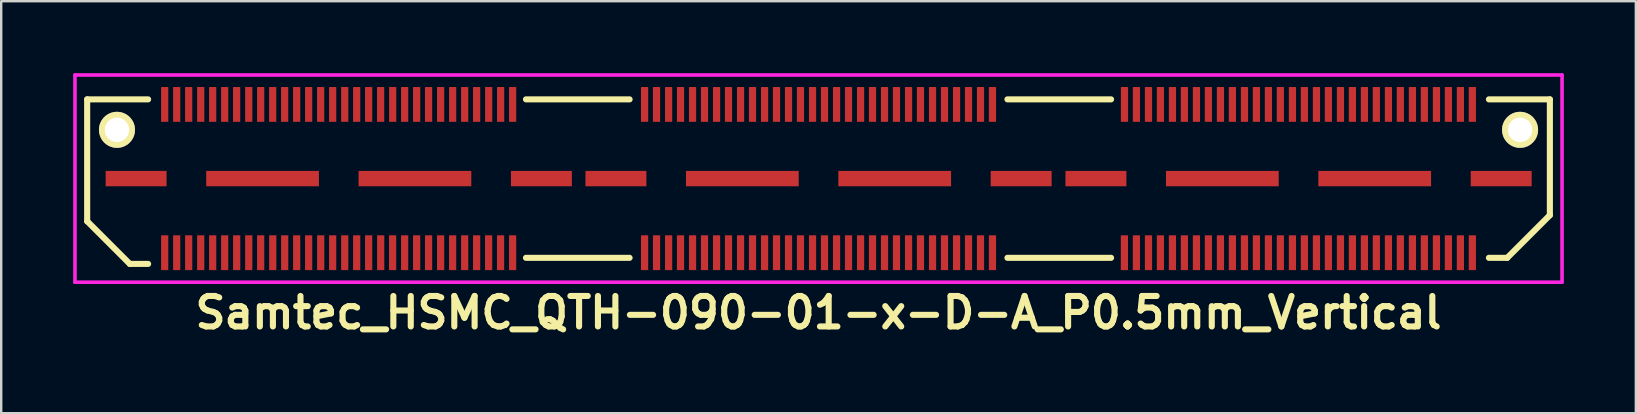
<source format=kicad_pcb>
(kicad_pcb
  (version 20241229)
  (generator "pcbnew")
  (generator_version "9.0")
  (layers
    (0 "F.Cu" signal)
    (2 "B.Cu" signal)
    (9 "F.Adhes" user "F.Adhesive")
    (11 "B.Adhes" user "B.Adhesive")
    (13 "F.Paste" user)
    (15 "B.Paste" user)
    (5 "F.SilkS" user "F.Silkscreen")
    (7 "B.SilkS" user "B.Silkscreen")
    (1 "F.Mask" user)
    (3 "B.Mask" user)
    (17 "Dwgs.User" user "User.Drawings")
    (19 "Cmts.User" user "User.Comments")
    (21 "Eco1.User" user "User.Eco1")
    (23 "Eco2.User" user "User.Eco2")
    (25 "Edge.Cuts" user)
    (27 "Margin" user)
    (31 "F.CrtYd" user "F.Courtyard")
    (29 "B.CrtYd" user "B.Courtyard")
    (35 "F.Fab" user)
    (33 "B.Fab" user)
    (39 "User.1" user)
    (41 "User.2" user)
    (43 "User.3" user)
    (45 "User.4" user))
  (footprint "Samtec_HSMC_QTH-090-01-x-D-A_P0.5mm_Vertical"
    (layer "F.Cu")
    (at 31.063 4.393)
    (property "Reference" "Samtec_HSMC_QTH-090-01-x-D-A_P0.5mm_Vertical" (at 0 5.588 0) (layer "F.SilkS") (effects (font (size 1.27 1.27) (thickness 0.254))))
    (attr smd)
    (fp_line (start -30.48 -3.302) (end -30.48 1.778) (stroke (width 0.254) (type solid)) (layer "F.SilkS"))
    (fp_line (start -30.48 1.778) (end -28.702 3.556) (stroke (width 0.254) (type solid)) (layer "F.SilkS"))
    (fp_line (start -28.702 3.556) (end -27.94 3.556) (stroke (width 0.254) (type solid)) (layer "F.SilkS"))
    (fp_line (start -27.94 -3.302) (end -30.48 -3.302) (stroke (width 0.254) (type solid)) (layer "F.SilkS"))
    (fp_line (start -12.192 3.302) (end -7.874 3.302) (stroke (width 0.254) (type solid)) (layer "F.SilkS"))
    (fp_line (start -7.874 -3.302) (end -12.192 -3.302) (stroke (width 0.254) (type solid)) (layer "F.SilkS"))
    (fp_line (start 7.874 3.302) (end 12.192 3.302) (stroke (width 0.254) (type solid)) (layer "F.SilkS"))
    (fp_line (start 12.192 -3.302) (end 7.874 -3.302) (stroke (width 0.254) (type solid)) (layer "F.SilkS"))
    (fp_line (start 27.94 -3.302) (end 30.48 -3.302) (stroke (width 0.254) (type solid)) (layer "F.SilkS"))
    (fp_line (start 27.94 3.302) (end 28.702 3.302) (stroke (width 0.254) (type solid)) (layer "F.SilkS"))
    (fp_line (start 28.702 3.302) (end 30.48 1.524) (stroke (width 0.254) (type solid)) (layer "F.SilkS"))
    (fp_line (start 30.48 -3.302) (end 30.48 1.524) (stroke (width 0.254) (type solid)) (layer "F.SilkS"))
    (fp_line (start -30.988 -4.318) (end -30.988 4.318) (stroke (width 0.15) (type solid)) (layer "F.CrtYd"))
    (fp_line (start -30.988 4.318) (end 30.988 4.318) (stroke (width 0.15) (type solid)) (layer "F.CrtYd"))
    (fp_line (start 30.988 -4.318) (end -30.988 -4.318) (stroke (width 0.15) (type solid)) (layer "F.CrtYd"))
    (fp_line (start 30.988 4.318) (end 30.988 -4.318) (stroke (width 0.15) (type solid)) (layer "F.CrtYd"))
    (pad "" np_thru_hole circle (at -29.238 -2.032) (size 1.501 1.501) (drill 1.016) (layers "*.Cu" "*.Mask" "F.SilkS"))
    (pad "" smd rect (at -26.249 -3.091) (size 0.3 1.45) (layers "F.Cu" "F.Mask" "F.Paste"))
    (pad "" smd rect (at -26.249 3.089) (size 0.3 1.45) (layers "F.Cu" "F.Mask" "F.Paste"))
    (pad "" smd rect (at -24.749 -3.091) (size 0.3 1.45) (layers "F.Cu" "F.Mask" "F.Paste"))
    (pad "" smd rect (at -24.749 3.089) (size 0.3 1.45) (layers "F.Cu" "F.Mask" "F.Paste"))
    (pad "" smd rect (at -23.249 -3.091) (size 0.3 1.45) (layers "F.Cu" "F.Mask" "F.Paste"))
    (pad "" smd rect (at -23.249 3.089) (size 0.3 1.45) (layers "F.Cu" "F.Mask" "F.Paste"))
    (pad "" smd rect (at -21.749 -3.091) (size 0.3 1.45) (layers "F.Cu" "F.Mask" "F.Paste"))
    (pad "" smd rect (at -21.749 3.089) (size 0.3 1.45) (layers "F.Cu" "F.Mask" "F.Paste"))
    (pad "" smd rect (at -20.249 -3.091) (size 0.3 1.45) (layers "F.Cu" "F.Mask" "F.Paste"))
    (pad "" smd rect (at -20.249 3.089) (size 0.3 1.45) (layers "F.Cu" "F.Mask" "F.Paste"))
    (pad "" smd rect (at -18.749 -3.091) (size 0.3 1.45) (layers "F.Cu" "F.Mask" "F.Paste"))
    (pad "" smd rect (at -18.749 3.089) (size 0.3 1.45) (layers "F.Cu" "F.Mask" "F.Paste"))
    (pad "" smd rect (at -17.249 -3.091) (size 0.3 1.45) (layers "F.Cu" "F.Mask" "F.Paste"))
    (pad "" smd rect (at -17.249 3.089) (size 0.3 1.45) (layers "F.Cu" "F.Mask" "F.Paste"))
    (pad "" smd rect (at -15.749 -3.091) (size 0.3 1.45) (layers "F.Cu" "F.Mask" "F.Paste"))
    (pad "" smd rect (at -15.749 3.089) (size 0.3 1.45) (layers "F.Cu" "F.Mask" "F.Paste"))
    (pad "" smd rect (at -14.249 -3.091) (size 0.3 1.45) (layers "F.Cu" "F.Mask" "F.Paste"))
    (pad "" smd rect (at -14.249 3.089) (size 0.3 1.45) (layers "F.Cu" "F.Mask" "F.Paste"))
    (pad "" smd rect (at -12.749 3.089) (size 0.3 1.45) (layers "F.Cu" "F.Mask" "F.Paste"))
    (pad "" smd rect (at -12.749 -3.091) (size 0.3 1.45) (layers "F.Cu" "F.Mask" "F.Paste"))
    (pad "" np_thru_hole circle (at 29.238 -2.032) (size 1.501 1.501) (drill 1.016) (layers "*.Cu" "*.Mask" "F.SilkS"))
    (pad "1" smd rect (at -27.249 -3.091) (size 0.3 1.45) (layers "F.Cu" "F.Mask" "F.Paste"))
    (pad "2" smd rect (at -27.249 3.089) (size 0.3 1.45) (layers "F.Cu" "F.Mask" "F.Paste"))
    (pad "3" smd rect (at -26.749 -3.091) (size 0.3 1.45) (layers "F.Cu" "F.Mask" "F.Paste"))
    (pad "4" smd rect (at -26.749 3.089) (size 0.3 1.45) (layers "F.Cu" "F.Mask" "F.Paste"))
    (pad "5" smd rect (at -25.748 -3.091) (size 0.3 1.45) (layers "F.Cu" "F.Mask" "F.Paste"))
    (pad "6" smd rect (at -25.748 3.089) (size 0.3 1.45) (layers "F.Cu" "F.Mask" "F.Paste"))
    (pad "7" smd rect (at -25.25 -3.091) (size 0.3 1.45) (layers "F.Cu" "F.Mask" "F.Paste"))
    (pad "8" smd rect (at -25.25 3.089) (size 0.3 1.45) (layers "F.Cu" "F.Mask" "F.Paste"))
    (pad "9" smd rect (at -24.252 -3.091) (size 0.3 1.45) (layers "F.Cu" "F.Mask" "F.Paste"))
    (pad "10" smd rect (at -24.249 3.089) (size 0.3 1.45) (layers "F.Cu" "F.Mask" "F.Paste"))
    (pad "11" smd rect (at -23.746 -3.091) (size 0.3 1.45) (layers "F.Cu" "F.Mask" "F.Paste"))
    (pad "12" smd rect (at -23.746 3.089) (size 0.3 1.45) (layers "F.Cu" "F.Mask" "F.Paste"))
    (pad "13" smd rect (at -22.748 -3.091) (size 0.3 1.45) (layers "F.Cu" "F.Mask" "F.Paste"))
    (pad "14" smd rect (at -22.746 3.089) (size 0.3 1.45) (layers "F.Cu" "F.Mask" "F.Paste"))
    (pad "15" smd rect (at -22.25 -3.091) (size 0.3 1.45) (layers "F.Cu" "F.Mask" "F.Paste"))
    (pad "16" smd rect (at -22.248 3.089) (size 0.3 1.45) (layers "F.Cu" "F.Mask" "F.Paste"))
    (pad "17" smd rect (at -21.25 -3.091) (size 0.3 1.45) (layers "F.Cu" "F.Mask" "F.Paste"))
    (pad "18" smd rect (at -21.25 3.089) (size 0.3 1.45) (layers "F.Cu" "F.Mask" "F.Paste"))
    (pad "19" smd rect (at -20.749 -3.091) (size 0.3 1.45) (layers "F.Cu" "F.Mask" "F.Paste"))
    (pad "20" smd rect (at -20.747 3.089) (size 0.3 1.45) (layers "F.Cu" "F.Mask" "F.Paste"))
    (pad "21" smd rect (at -19.746 -3.091) (size 0.3 1.45) (layers "F.Cu" "F.Mask" "F.Paste"))
    (pad "22" smd rect (at -19.746 3.089) (size 0.3 1.45) (layers "F.Cu" "F.Mask" "F.Paste"))
    (pad "23" smd rect (at -19.248 -3.091) (size 0.3 1.45) (layers "F.Cu" "F.Mask" "F.Paste"))
    (pad "24" smd rect (at -19.248 3.089) (size 0.3 1.45) (layers "F.Cu" "F.Mask" "F.Paste"))
    (pad "25" smd rect (at -18.25 -3.091) (size 0.3 1.45) (layers "F.Cu" "F.Mask" "F.Paste"))
    (pad "26" smd rect (at -18.247 3.089) (size 0.3 1.45) (layers "F.Cu" "F.Mask" "F.Paste"))
    (pad "27" smd rect (at -17.747 -3.091) (size 0.3 1.45) (layers "F.Cu" "F.Mask" "F.Paste"))
    (pad "28" smd rect (at -17.75 3.089) (size 0.3 1.45) (layers "F.Cu" "F.Mask" "F.Paste"))
    (pad "29" smd rect (at -16.749 -3.091) (size 0.3 1.45) (layers "F.Cu" "F.Mask" "F.Paste"))
    (pad "30" smd rect (at -16.749 3.089) (size 0.3 1.45) (layers "F.Cu" "F.Mask" "F.Paste"))
    (pad "31" smd rect (at -16.251 -3.091) (size 0.3 1.45) (layers "F.Cu" "F.Mask" "F.Paste"))
    (pad "32" smd rect (at -16.251 3.089) (size 0.3 1.45) (layers "F.Cu" "F.Mask" "F.Paste"))
    (pad "33" smd rect (at -15.248 -3.091) (size 0.3 1.45) (layers "F.Cu" "F.Mask" "F.Paste"))
    (pad "34" smd rect (at -15.25 3.089) (size 0.3 1.45) (layers "F.Cu" "F.Mask" "F.Paste"))
    (pad "35" smd rect (at -14.747 -3.091) (size 0.3 1.45) (layers "F.Cu" "F.Mask" "F.Paste"))
    (pad "36" smd rect (at -14.747 3.089) (size 0.3 1.45) (layers "F.Cu" "F.Mask" "F.Paste"))
    (pad "37" smd rect (at -13.746 -3.091) (size 0.3 1.45) (layers "F.Cu" "F.Mask" "F.Paste"))
    (pad "38" smd rect (at -13.749 3.089) (size 0.3 1.45) (layers "F.Cu" "F.Mask" "F.Paste"))
    (pad "39" smd rect (at -13.249 -3.091) (size 0.3 1.45) (layers "F.Cu" "F.Mask" "F.Paste"))
    (pad "40" smd rect (at -13.251 3.089) (size 0.3 1.45) (layers "F.Cu" "F.Mask" "F.Paste"))
    (pad "41" smd rect (at -7.249 -3.091) (size 0.3 1.45) (layers "F.Cu" "F.Mask" "F.Paste"))
    (pad "42" smd rect (at -7.249 3.089) (size 0.3 1.45) (layers "F.Cu" "F.Mask" "F.Paste"))
    (pad "43" smd rect (at -6.751 -3.091) (size 0.3 1.45) (layers "F.Cu" "F.Mask" "F.Paste"))
    (pad "44" smd rect (at -6.751 3.089) (size 0.3 1.45) (layers "F.Cu" "F.Mask" "F.Paste"))
    (pad "45" smd rect (at -6.248 -3.091) (size 0.3 1.45) (layers "F.Cu" "F.Mask" "F.Paste"))
    (pad "46" smd rect (at -6.248 3.089) (size 0.3 1.45) (layers "F.Cu" "F.Mask" "F.Paste"))
    (pad "47" smd rect (at -5.751 -3.091) (size 0.3 1.45) (layers "F.Cu" "F.Mask" "F.Paste"))
    (pad "48" smd rect (at -5.751 3.089) (size 0.3 1.45) (layers "F.Cu" "F.Mask" "F.Paste"))
    (pad "49" smd rect (at -5.25 -3.091) (size 0.3 1.45) (layers "F.Cu" "F.Mask" "F.Paste"))
    (pad "50" smd rect (at -5.25 3.089) (size 0.3 1.45) (layers "F.Cu" "F.Mask" "F.Paste"))
    (pad "51" smd rect (at -4.752 -3.091) (size 0.3 1.45) (layers "F.Cu" "F.Mask" "F.Paste"))
    (pad "52" smd rect (at -4.752 3.089) (size 0.3 1.45) (layers "F.Cu" "F.Mask" "F.Paste"))
    (pad "53" smd rect (at -4.249 -3.091) (size 0.3 1.45) (layers "F.Cu" "F.Mask" "F.Paste"))
    (pad "54" smd rect (at -4.249 3.089) (size 0.3 1.45) (layers "F.Cu" "F.Mask" "F.Paste"))
    (pad "55" smd rect (at -3.752 -3.091) (size 0.3 1.45) (layers "F.Cu" "F.Mask" "F.Paste"))
    (pad "56" smd rect (at -3.752 3.089) (size 0.3 1.45) (layers "F.Cu" "F.Mask" "F.Paste"))
    (pad "57" smd rect (at -3.249 -3.091) (size 0.3 1.45) (layers "F.Cu" "F.Mask" "F.Paste"))
    (pad "58" smd rect (at -3.249 3.089) (size 0.3 1.45) (layers "F.Cu" "F.Mask" "F.Paste"))
    (pad "59" smd rect (at -2.751 -3.091) (size 0.3 1.45) (layers "F.Cu" "F.Mask" "F.Paste"))
    (pad "60" smd rect (at -2.751 3.089) (size 0.3 1.45) (layers "F.Cu" "F.Mask" "F.Paste"))
    (pad "61" smd rect (at -2.248 -3.091) (size 0.3 1.45) (layers "F.Cu" "F.Mask" "F.Paste"))
    (pad "62" smd rect (at -2.248 3.089) (size 0.3 1.45) (layers "F.Cu" "F.Mask" "F.Paste"))
    (pad "63" smd rect (at -1.75 -3.091) (size 0.3 1.45) (layers "F.Cu" "F.Mask" "F.Paste"))
    (pad "64" smd rect (at -1.75 3.089) (size 0.3 1.45) (layers "F.Cu" "F.Mask" "F.Paste"))
    (pad "65" smd rect (at -1.25 -3.091) (size 0.3 1.45) (layers "F.Cu" "F.Mask" "F.Paste"))
    (pad "66" smd rect (at -1.25 3.089) (size 0.3 1.45) (layers "F.Cu" "F.Mask" "F.Paste"))
    (pad "67" smd rect (at -0.752 -3.091) (size 0.3 1.45) (layers "F.Cu" "F.Mask" "F.Paste"))
    (pad "68" smd rect (at -0.752 3.089) (size 0.3 1.45) (layers "F.Cu" "F.Mask" "F.Paste"))
    (pad "69" smd rect (at -0.249 -3.091) (size 0.3 1.45) (layers "F.Cu" "F.Mask" "F.Paste"))
    (pad "70" smd rect (at -0.249 3.089) (size 0.3 1.45) (layers "F.Cu" "F.Mask" "F.Paste"))
    (pad "71" smd rect (at 0.249 -3.091) (size 0.3 1.45) (layers "F.Cu" "F.Mask" "F.Paste"))
    (pad "72" smd rect (at 0.249 3.089) (size 0.3 1.45) (layers "F.Cu" "F.Mask" "F.Paste"))
    (pad "73" smd rect (at 0.752 -3.091) (size 0.3 1.45) (layers "F.Cu" "F.Mask" "F.Paste"))
    (pad "74" smd rect (at 0.752 3.089) (size 0.3 1.45) (layers "F.Cu" "F.Mask" "F.Paste"))
    (pad "75" smd rect (at 1.25 -3.091) (size 0.3 1.45) (layers "F.Cu" "F.Mask" "F.Paste"))
    (pad "76" smd rect (at 1.25 3.089) (size 0.3 1.45) (layers "F.Cu" "F.Mask" "F.Paste"))
    (pad "77" smd rect (at 1.753 -3.091) (size 0.3 1.45) (layers "F.Cu" "F.Mask" "F.Paste"))
    (pad "78" smd rect (at 1.753 3.089) (size 0.3 1.45) (layers "F.Cu" "F.Mask" "F.Paste"))
    (pad "79" smd rect (at 2.25 -3.091) (size 0.3 1.45) (layers "F.Cu" "F.Mask" "F.Paste"))
    (pad "80" smd rect (at 2.25 3.089) (size 0.3 1.45) (layers "F.Cu" "F.Mask" "F.Paste"))
    (pad "81" smd rect (at 2.751 -3.091) (size 0.3 1.45) (layers "F.Cu" "F.Mask" "F.Paste"))
    (pad "82" smd rect (at 2.751 3.089) (size 0.3 1.45) (layers "F.Cu" "F.Mask" "F.Paste"))
    (pad "83" smd rect (at 3.249 -3.091) (size 0.3 1.45) (layers "F.Cu" "F.Mask" "F.Paste"))
    (pad "84" smd rect (at 3.249 3.089) (size 0.3 1.45) (layers "F.Cu" "F.Mask" "F.Paste"))
    (pad "85" smd rect (at 3.752 -3.091) (size 0.3 1.45) (layers "F.Cu" "F.Mask" "F.Paste"))
    (pad "86" smd rect (at 3.752 3.089) (size 0.3 1.45) (layers "F.Cu" "F.Mask" "F.Paste"))
    (pad "87" smd rect (at 4.249 -3.091) (size 0.3 1.45) (layers "F.Cu" "F.Mask" "F.Paste"))
    (pad "88" smd rect (at 4.249 3.089) (size 0.3 1.45) (layers "F.Cu" "F.Mask" "F.Paste"))
    (pad "89" smd rect (at 4.752 -3.091) (size 0.3 1.45) (layers "F.Cu" "F.Mask" "F.Paste"))
    (pad "90" smd rect (at 4.752 3.089) (size 0.3 1.45) (layers "F.Cu" "F.Mask" "F.Paste"))
    (pad "91" smd rect (at 5.25 -3.091) (size 0.3 1.45) (layers "F.Cu" "F.Mask" "F.Paste"))
    (pad "92" smd rect (at 5.25 3.089) (size 0.3 1.45) (layers "F.Cu" "F.Mask" "F.Paste"))
    (pad "93" smd rect (at 5.753 -3.091) (size 0.3 1.45) (layers "F.Cu" "F.Mask" "F.Paste"))
    (pad "94" smd rect (at 5.753 3.089) (size 0.3 1.45) (layers "F.Cu" "F.Mask" "F.Paste"))
    (pad "95" smd rect (at 6.251 -3.091) (size 0.3 1.45) (layers "F.Cu" "F.Mask" "F.Paste"))
    (pad "96" smd rect (at 6.251 3.089) (size 0.3 1.45) (layers "F.Cu" "F.Mask" "F.Paste"))
    (pad "97" smd rect (at 6.751 -3.091) (size 0.3 1.45) (layers "F.Cu" "F.Mask" "F.Paste"))
    (pad "98" smd rect (at 6.751 3.089) (size 0.3 1.45) (layers "F.Cu" "F.Mask" "F.Paste"))
    (pad "99" smd rect (at 7.249 -3.091) (size 0.3 1.45) (layers "F.Cu" "F.Mask" "F.Paste"))
    (pad "100" smd rect (at 7.249 3.089) (size 0.3 1.45) (layers "F.Cu" "F.Mask" "F.Paste"))
    (pad "101" smd rect (at 12.751 -3.091) (size 0.3 1.45) (layers "F.Cu" "F.Mask" "F.Paste"))
    (pad "102" smd rect (at 12.748 3.089) (size 0.3 1.45) (layers "F.Cu" "F.Mask" "F.Paste"))
    (pad "103" smd rect (at 13.249 -3.091) (size 0.3 1.45) (layers "F.Cu" "F.Mask" "F.Paste"))
    (pad "104" smd rect (at 13.249 3.089) (size 0.3 1.45) (layers "F.Cu" "F.Mask" "F.Paste"))
    (pad "105" smd rect (at 13.752 -3.091) (size 0.3 1.45) (layers "F.Cu" "F.Mask" "F.Paste"))
    (pad "106" smd rect (at 13.752 3.089) (size 0.3 1.45) (layers "F.Cu" "F.Mask" "F.Paste"))
    (pad "107" smd rect (at 14.249 -3.091) (size 0.3 1.45) (layers "F.Cu" "F.Mask" "F.Paste"))
    (pad "108" smd rect (at 14.249 3.089) (size 0.3 1.45) (layers "F.Cu" "F.Mask" "F.Paste"))
    (pad "109" smd rect (at 14.75 -3.091) (size 0.3 1.45) (layers "F.Cu" "F.Mask" "F.Paste"))
    (pad "110" smd rect (at 14.75 3.089) (size 0.3 1.45) (layers "F.Cu" "F.Mask" "F.Paste"))
    (pad "111" smd rect (at 15.248 -3.091) (size 0.3 1.45) (layers "F.Cu" "F.Mask" "F.Paste"))
    (pad "112" smd rect (at 15.248 3.089) (size 0.3 1.45) (layers "F.Cu" "F.Mask" "F.Paste"))
    (pad "113" smd rect (at 15.751 -3.091) (size 0.3 1.45) (layers "F.Cu" "F.Mask" "F.Paste"))
    (pad "114" smd rect (at 15.751 3.089) (size 0.3 1.45) (layers "F.Cu" "F.Mask" "F.Paste"))
    (pad "115" smd rect (at 16.248 -3.091) (size 0.3 1.45) (layers "F.Cu" "F.Mask" "F.Paste"))
    (pad "116" smd rect (at 16.248 3.089) (size 0.3 1.45) (layers "F.Cu" "F.Mask" "F.Paste"))
    (pad "117" smd rect (at 16.751 -3.091) (size 0.3 1.45) (layers "F.Cu" "F.Mask" "F.Paste"))
    (pad "118" smd rect (at 16.751 3.089) (size 0.3 1.45) (layers "F.Cu" "F.Mask" "F.Paste"))
    (pad "119" smd rect (at 17.249 -3.091) (size 0.3 1.45) (layers "F.Cu" "F.Mask" "F.Paste"))
    (pad "120" smd rect (at 17.249 3.089) (size 0.3 1.45) (layers "F.Cu" "F.Mask" "F.Paste"))
    (pad "121" smd rect (at 17.752 -3.091) (size 0.3 1.45) (layers "F.Cu" "F.Mask" "F.Paste"))
    (pad "122" smd rect (at 17.752 3.089) (size 0.3 1.45) (layers "F.Cu" "F.Mask" "F.Paste"))
    (pad "123" smd rect (at 18.25 -3.091) (size 0.3 1.45) (layers "F.Cu" "F.Mask" "F.Paste"))
    (pad "124" smd rect (at 18.25 3.089) (size 0.3 1.45) (layers "F.Cu" "F.Mask" "F.Paste"))
    (pad "125" smd rect (at 18.75 -3.091) (size 0.3 1.45) (layers "F.Cu" "F.Mask" "F.Paste"))
    (pad "126" smd rect (at 18.75 3.089) (size 0.3 1.45) (layers "F.Cu" "F.Mask" "F.Paste"))
    (pad "127" smd rect (at 19.248 -3.091) (size 0.3 1.45) (layers "F.Cu" "F.Mask" "F.Paste"))
    (pad "128" smd rect (at 19.248 3.089) (size 0.3 1.45) (layers "F.Cu" "F.Mask" "F.Paste"))
    (pad "129" smd rect (at 19.751 -3.091) (size 0.3 1.45) (layers "F.Cu" "F.Mask" "F.Paste"))
    (pad "130" smd rect (at 19.751 3.089) (size 0.3 1.45) (layers "F.Cu" "F.Mask" "F.Paste"))
    (pad "131" smd rect (at 20.249 -3.091) (size 0.3 1.45) (layers "F.Cu" "F.Mask" "F.Paste"))
    (pad "132" smd rect (at 20.249 3.089) (size 0.3 1.45) (layers "F.Cu" "F.Mask" "F.Paste"))
    (pad "133" smd rect (at 20.752 -3.091) (size 0.3 1.45) (layers "F.Cu" "F.Mask" "F.Paste"))
    (pad "134" smd rect (at 20.752 3.089) (size 0.3 1.45) (layers "F.Cu" "F.Mask" "F.Paste"))
    (pad "135" smd rect (at 21.25 -3.091) (size 0.3 1.45) (layers "F.Cu" "F.Mask" "F.Paste"))
    (pad "136" smd rect (at 21.25 3.089) (size 0.3 1.45) (layers "F.Cu" "F.Mask" "F.Paste"))
    (pad "137" smd rect (at 21.753 -3.091) (size 0.3 1.45) (layers "F.Cu" "F.Mask" "F.Paste"))
    (pad "138" smd rect (at 21.753 3.089) (size 0.3 1.45) (layers "F.Cu" "F.Mask" "F.Paste"))
    (pad "139" smd rect (at 22.25 -3.091) (size 0.3 1.45) (layers "F.Cu" "F.Mask" "F.Paste"))
    (pad "140" smd rect (at 22.25 3.089) (size 0.3 1.45) (layers "F.Cu" "F.Mask" "F.Paste"))
    (pad "141" smd rect (at 22.751 -3.091) (size 0.3 1.45) (layers "F.Cu" "F.Mask" "F.Paste"))
    (pad "142" smd rect (at 22.751 3.089) (size 0.3 1.45) (layers "F.Cu" "F.Mask" "F.Paste"))
    (pad "143" smd rect (at 23.249 -3.091) (size 0.3 1.45) (layers "F.Cu" "F.Mask" "F.Paste"))
    (pad "144" smd rect (at 23.249 3.089) (size 0.3 1.45) (layers "F.Cu" "F.Mask" "F.Paste"))
    (pad "145" smd rect (at 23.752 -3.091) (size 0.3 1.45) (layers "F.Cu" "F.Mask" "F.Paste"))
    (pad "146" smd rect (at 23.752 3.089) (size 0.3 1.45) (layers "F.Cu" "F.Mask" "F.Paste"))
    (pad "147" smd rect (at 24.249 -3.091) (size 0.3 1.45) (layers "F.Cu" "F.Mask" "F.Paste"))
    (pad "148" smd rect (at 24.249 3.089) (size 0.3 1.45) (layers "F.Cu" "F.Mask" "F.Paste"))
    (pad "149" smd rect (at 24.752 -3.091) (size 0.3 1.45) (layers "F.Cu" "F.Mask" "F.Paste"))
    (pad "150" smd rect (at 24.752 3.089) (size 0.3 1.45) (layers "F.Cu" "F.Mask" "F.Paste"))
    (pad "151" smd rect (at 25.25 -3.091) (size 0.3 1.45) (layers "F.Cu" "F.Mask" "F.Paste"))
    (pad "152" smd rect (at 25.25 3.089) (size 0.3 1.45) (layers "F.Cu" "F.Mask" "F.Paste"))
    (pad "153" smd rect (at 25.753 -3.091) (size 0.3 1.45) (layers "F.Cu" "F.Mask" "F.Paste"))
    (pad "154" smd rect (at 25.753 3.089) (size 0.3 1.45) (layers "F.Cu" "F.Mask" "F.Paste"))
    (pad "155" smd rect (at 26.251 -3.091) (size 0.3 1.45) (layers "F.Cu" "F.Mask" "F.Paste"))
    (pad "156" smd rect (at 26.251 3.089) (size 0.3 1.45) (layers "F.Cu" "F.Mask" "F.Paste"))
    (pad "157" smd rect (at 26.751 -3.091) (size 0.3 1.45) (layers "F.Cu" "F.Mask" "F.Paste"))
    (pad "158" smd rect (at 26.751 3.089) (size 0.3 1.45) (layers "F.Cu" "F.Mask" "F.Paste"))
    (pad "159" smd rect (at 27.249 -3.091) (size 0.3 1.45) (layers "F.Cu" "F.Mask" "F.Paste"))
    (pad "160" smd rect (at 27.249 3.089) (size 0.3 1.45) (layers "F.Cu" "F.Mask" "F.Paste"))
    (pad "161" smd rect (at -28.44 0) (size 2.54 0.64) (layers "F.Cu" "F.Mask" "F.Paste"))
    (pad "162" smd rect (at -23.17 0) (size 4.699 0.64) (layers "F.Cu" "F.Mask" "F.Paste"))
    (pad "163" smd rect (at -16.82 0) (size 4.699 0.64) (layers "F.Cu" "F.Mask" "F.Paste"))
    (pad "164" smd rect (at -11.549 0) (size 2.54 0.64) (layers "F.Cu" "F.Mask" "F.Paste"))
    (pad "165" smd rect (at -8.443 0) (size 2.54 0.64) (layers "F.Cu" "F.Mask" "F.Paste"))
    (pad "166" smd rect (at -3.175 0) (size 4.699 0.64) (layers "F.Cu" "F.Mask" "F.Paste"))
    (pad "167" smd rect (at 3.175 0) (size 4.699 0.64) (layers "F.Cu" "F.Mask" "F.Paste"))
    (pad "168" smd rect (at 8.445 0) (size 2.54 0.64) (layers "F.Cu" "F.Mask" "F.Paste"))
    (pad "169" smd rect (at 11.562 0) (size 2.54 0.64) (layers "F.Cu" "F.Mask" "F.Paste"))
    (pad "170" smd rect (at 16.83 0) (size 4.699 0.64) (layers "F.Cu" "F.Mask" "F.Paste"))
    (pad "171" smd rect (at 23.18 0) (size 4.699 0.64) (layers "F.Cu" "F.Mask" "F.Paste"))
    (pad "172" smd rect (at 28.451 0) (size 2.54 0.64) (layers "F.Cu" "F.Mask" "F.Paste")))
  (gr_rect
    (start -3 -3)
    (end 65.126 14.17)
    (stroke (width 0.1) (type default))
    (fill no)
    (layer "Edge.Cuts")))
</source>
